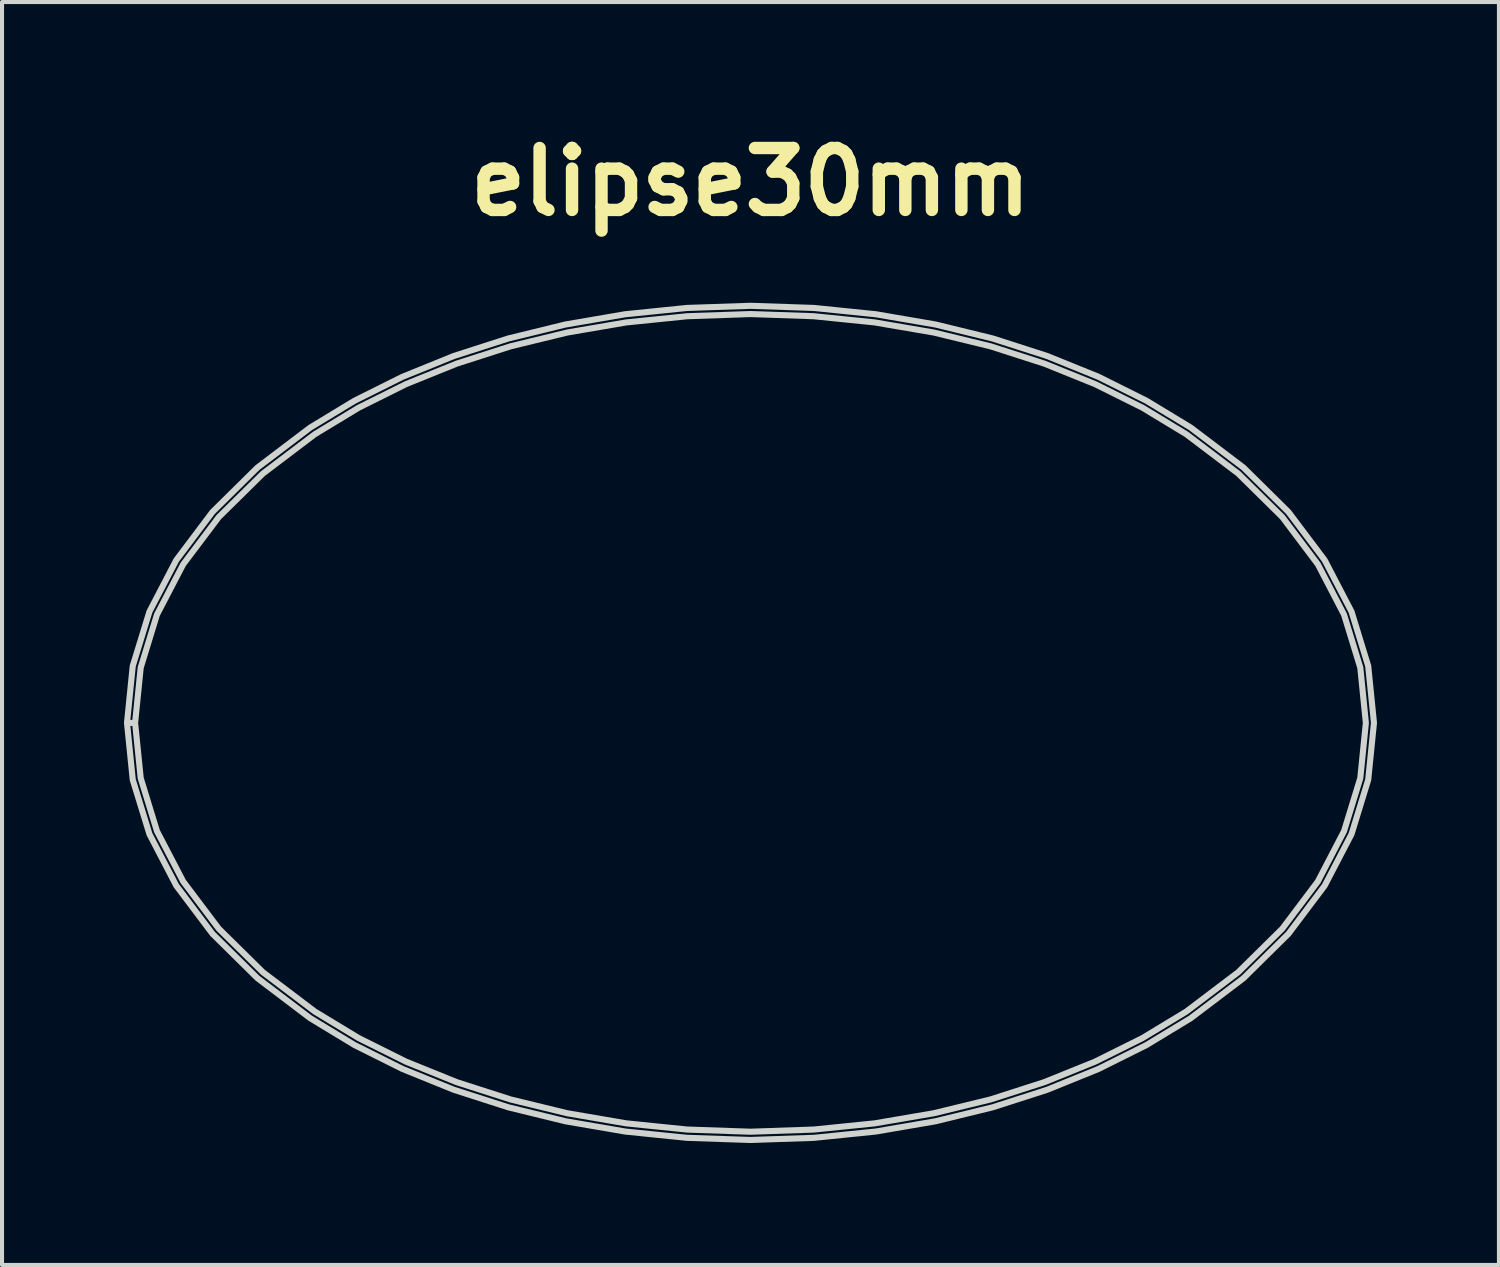
<source format=kicad_pcb>
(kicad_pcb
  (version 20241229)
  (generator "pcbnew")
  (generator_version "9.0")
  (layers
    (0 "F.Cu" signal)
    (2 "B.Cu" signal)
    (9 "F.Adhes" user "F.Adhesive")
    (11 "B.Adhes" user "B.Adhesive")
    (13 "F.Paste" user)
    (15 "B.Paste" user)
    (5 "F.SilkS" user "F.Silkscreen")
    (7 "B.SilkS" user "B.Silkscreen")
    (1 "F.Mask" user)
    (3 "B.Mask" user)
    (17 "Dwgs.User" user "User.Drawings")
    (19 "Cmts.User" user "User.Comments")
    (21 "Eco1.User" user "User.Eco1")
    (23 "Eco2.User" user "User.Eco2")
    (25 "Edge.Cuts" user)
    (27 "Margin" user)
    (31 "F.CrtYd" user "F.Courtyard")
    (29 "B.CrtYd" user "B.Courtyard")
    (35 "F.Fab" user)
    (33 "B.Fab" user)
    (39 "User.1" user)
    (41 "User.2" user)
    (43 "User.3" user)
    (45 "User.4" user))
  (footprint "elipse30mm"
    (layer "F.Cu")
    (at 15.415 14.736)
    (property "Reference" "elipse30mm" (at 0 -13.31 0) (layer "F.SilkS") (effects (font (size 1.524 1.524) (thickness 0.305))))
    (attr smd)
    (fp_poly (pts (xy 0.000003 -10.262) (xy 0.000003 -10.059) (xy 1.552 -10.006) (xy 3.058 -9.853) (xy 4.512 -9.604) (xy 5.906 -9.265) (xy 7.231 -8.839) (xy 8.481 -8.334) (xy 9.648 -7.753) (xy 10.723 -7.102) (xy 12.001 -6.134) (xy 13.085 -5.064) (xy 13.959 -3.903) (xy 14.604 -2.664) (xy 15.004 -1.359) (xy 15.141 0) (xy 15.004 1.359) (xy 14.604 2.664) (xy 13.959 3.903) (xy 13.085 5.064) (xy 12.001 6.134) (xy 10.723 7.102) (xy 9.648 7.753) (xy 8.481 8.334) (xy 7.231 8.839) (xy 5.906 9.265) (xy 4.512 9.604) (xy 3.058 9.853) (xy 1.552 10.006) (xy 0.000003 10.059) (xy -1.551 10.006) (xy -3.058 9.853) (xy -4.511 9.604) (xy -5.904 9.265) (xy -7.229 8.839) (xy -8.478 8.334) (xy -9.644 7.753) (xy -10.719 7.102) (xy -11.997 6.134) (xy -13.082 5.064) (xy -13.957 3.903) (xy -14.603 2.664) (xy -15.003 1.359) (xy -15.141 0) (xy -15.003 -1.359) (xy -14.603 -2.664) (xy -13.957 -3.903) (xy -13.082 -5.064) (xy -11.997 -6.134) (xy -10.719 -7.102) (xy -9.644 -7.753) (xy -8.478 -8.334) (xy -7.229 -8.839) (xy -5.904 -9.265) (xy -4.511 -9.604) (xy -3.058 -9.853) (xy -1.551 -10.006) (xy 0.000003 -10.059) (xy 0.000003 -10.262) (xy -1.565 -10.209) (xy -3.085 -10.054) (xy -4.552 -9.802) (xy -5.959 -9.458) (xy -7.299 -9.027) (xy -8.562 -8.515) (xy -9.743 -7.926) (xy -10.832 -7.266) (xy -12.13 -6.282) (xy -13.235 -5.191) (xy -14.127 -4.006) (xy -14.788 -2.737) (xy -15.199 -1.398) (xy -15.34 0) (xy -15.199 1.398) (xy -14.788 2.737) (xy -14.127 4.006) (xy -13.235 5.191) (xy -12.13 6.282) (xy -10.832 7.266) (xy -9.743 7.926) (xy -8.562 8.515) (xy -7.299 9.027) (xy -5.959 9.458) (xy -4.552 9.802) (xy -3.085 10.054) (xy -1.565 10.209) (xy 0.000003 10.262) (xy 1.565 10.209) (xy 3.085 10.054) (xy 4.552 9.802) (xy 5.959 9.458) (xy 7.299 9.027) (xy 8.562 8.515) (xy 9.743 7.926) (xy 10.832 7.266) (xy 12.13 6.282) (xy 13.235 5.191) (xy 14.127 4.006) (xy 14.788 2.737) (xy 15.199 1.398) (xy 15.34 0) (xy 15.199 -1.398) (xy 14.788 -2.737) (xy 14.127 -4.006) (xy 13.235 -5.191) (xy 12.13 -6.282) (xy 10.832 -7.266) (xy 9.743 -7.926) (xy 8.562 -8.515) (xy 7.299 -9.027) (xy 5.959 -9.458) (xy 4.552 -9.802) (xy 3.085 -10.054) (xy 1.565 -10.209) (xy 0.000003 -10.262)) (stroke (width 0.15) (type solid)) (fill no) (layer "Edge.Cuts")))
  (gr_rect
    (start -3 -3)
    (end 33.83 28.073)
    (stroke (width 0.1) (type default))
    (fill no)
    (layer "Edge.Cuts")))
</source>
